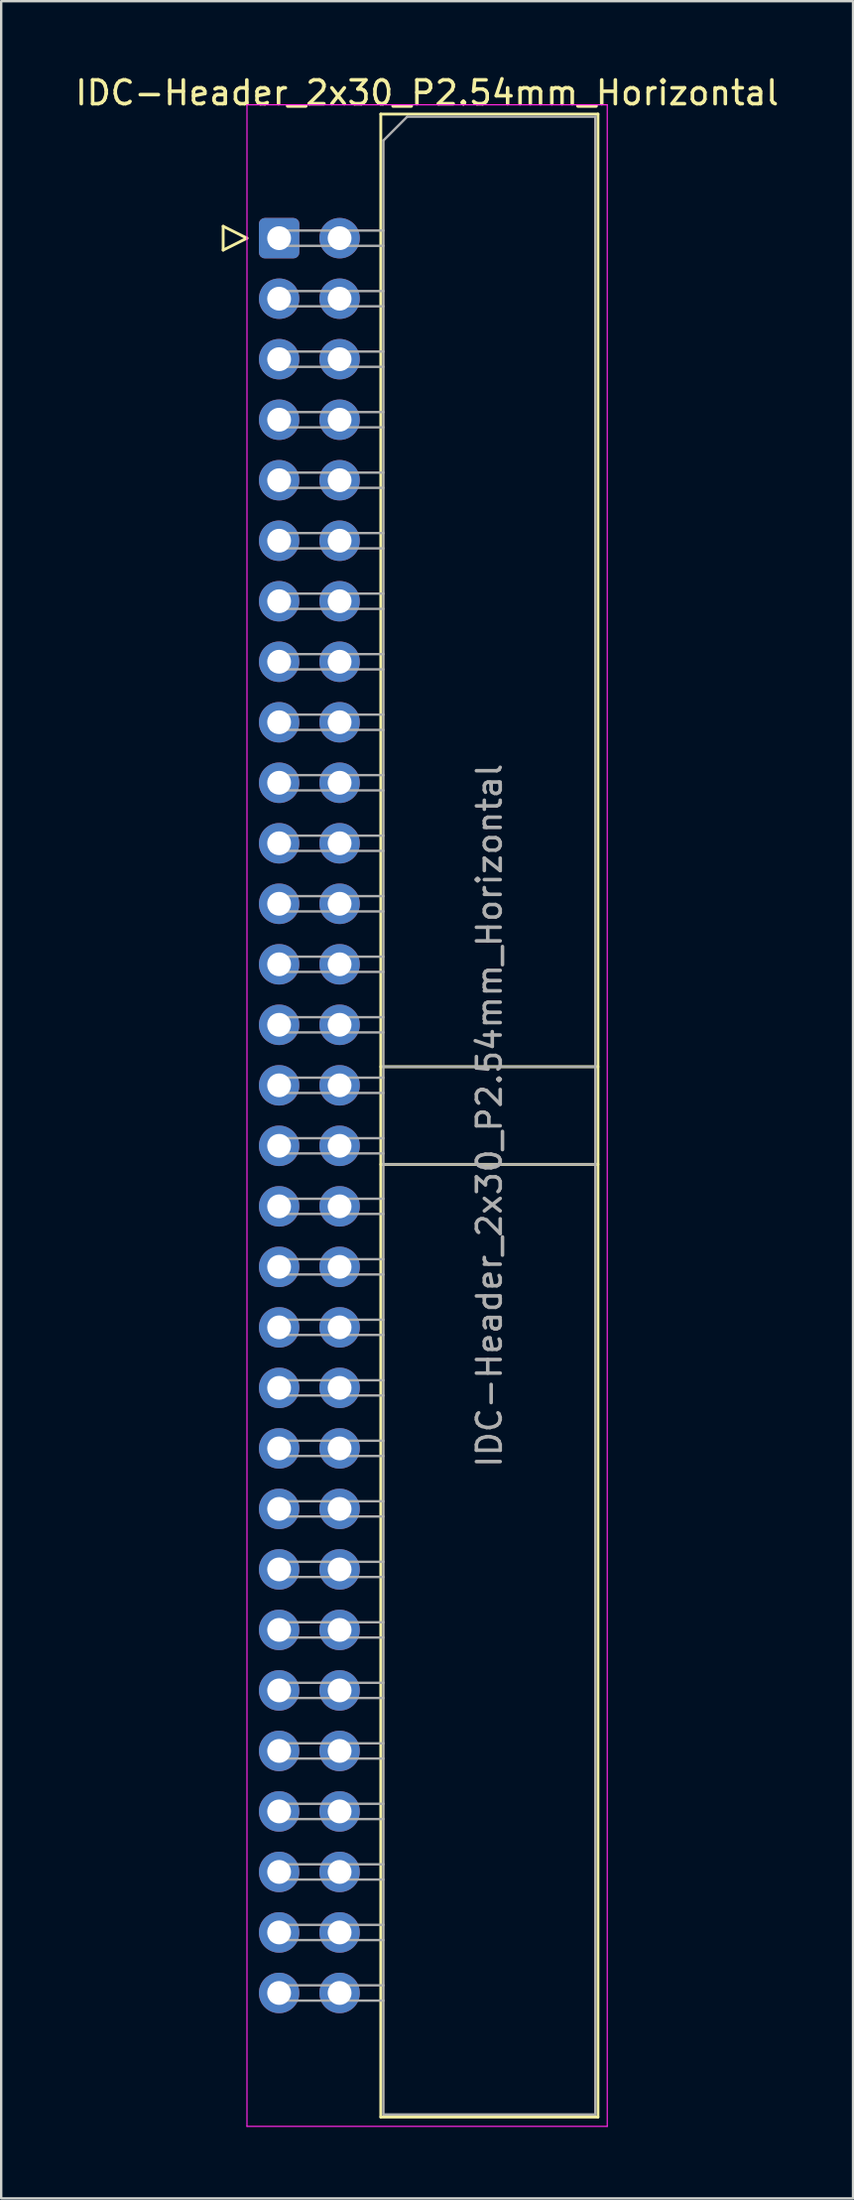
<source format=kicad_pcb>
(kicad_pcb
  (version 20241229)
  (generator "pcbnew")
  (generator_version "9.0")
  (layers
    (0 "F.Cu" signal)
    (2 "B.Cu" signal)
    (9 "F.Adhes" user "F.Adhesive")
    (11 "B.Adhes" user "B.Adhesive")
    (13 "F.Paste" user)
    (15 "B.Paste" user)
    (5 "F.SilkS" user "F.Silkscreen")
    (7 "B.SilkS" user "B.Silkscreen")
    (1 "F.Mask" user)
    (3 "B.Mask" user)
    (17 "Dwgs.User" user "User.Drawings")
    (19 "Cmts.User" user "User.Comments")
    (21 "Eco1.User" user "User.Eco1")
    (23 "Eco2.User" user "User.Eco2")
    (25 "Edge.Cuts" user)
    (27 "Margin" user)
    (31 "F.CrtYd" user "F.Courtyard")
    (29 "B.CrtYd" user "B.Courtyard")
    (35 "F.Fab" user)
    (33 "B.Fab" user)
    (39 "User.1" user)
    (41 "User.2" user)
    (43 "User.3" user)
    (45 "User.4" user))
  (footprint "IDC-Header_2x30_P2.54mm_Horizontal"
    (layer "F.Cu")
    (at 8.672 6.948)
    (property "Reference" "IDC-Header_2x30_P2.54mm_Horizontal" (at 6.215 -6.1 0) (layer "F.SilkS") (effects (font (size 1 1) (thickness 0.15))))
    (attr through_hole)
    (fp_line (start -2.35 -0.5) (end -2.35 0.5) (stroke (width 0.12) (type solid)) (layer "F.SilkS"))
    (fp_line (start -2.35 0.5) (end -1.35 0) (stroke (width 0.12) (type solid)) (layer "F.SilkS"))
    (fp_line (start -1.35 0) (end -2.35 -0.5) (stroke (width 0.12) (type solid)) (layer "F.SilkS"))
    (fp_line (start 4.27 -5.21) (end 13.39 -5.21) (stroke (width 0.12) (type solid)) (layer "F.SilkS"))
    (fp_line (start 4.27 34.78) (end 13.39 34.78) (stroke (width 0.12) (type solid)) (layer "F.SilkS"))
    (fp_line (start 4.27 38.88) (end 13.39 38.88) (stroke (width 0.12) (type solid)) (layer "F.SilkS"))
    (fp_line (start 4.27 78.87) (end 4.27 -5.21) (stroke (width 0.12) (type solid)) (layer "F.SilkS"))
    (fp_line (start 13.39 -5.21) (end 13.39 78.87) (stroke (width 0.12) (type solid)) (layer "F.SilkS"))
    (fp_line (start 13.39 78.87) (end 4.27 78.87) (stroke (width 0.12) (type solid)) (layer "F.SilkS"))
    (fp_line (start -1.35 -5.6) (end -1.35 79.26) (stroke (width 0.05) (type solid)) (layer "F.CrtYd"))
    (fp_line (start -1.35 79.26) (end 13.78 79.26) (stroke (width 0.05) (type solid)) (layer "F.CrtYd"))
    (fp_line (start 13.78 -5.6) (end -1.35 -5.6) (stroke (width 0.05) (type solid)) (layer "F.CrtYd"))
    (fp_line (start 13.78 79.26) (end 13.78 -5.6) (stroke (width 0.05) (type solid)) (layer "F.CrtYd"))
    (fp_line (start -0.32 -0.32) (end -0.32 0.32) (stroke (width 0.1) (type solid)) (layer "F.Fab"))
    (fp_line (start -0.32 0.32) (end 4.38 0.32) (stroke (width 0.1) (type solid)) (layer "F.Fab"))
    (fp_line (start -0.32 2.22) (end -0.32 2.86) (stroke (width 0.1) (type solid)) (layer "F.Fab"))
    (fp_line (start -0.32 2.86) (end 4.38 2.86) (stroke (width 0.1) (type solid)) (layer "F.Fab"))
    (fp_line (start -0.32 4.76) (end -0.32 5.4) (stroke (width 0.1) (type solid)) (layer "F.Fab"))
    (fp_line (start -0.32 5.4) (end 4.38 5.4) (stroke (width 0.1) (type solid)) (layer "F.Fab"))
    (fp_line (start -0.32 7.3) (end -0.32 7.94) (stroke (width 0.1) (type solid)) (layer "F.Fab"))
    (fp_line (start -0.32 7.94) (end 4.38 7.94) (stroke (width 0.1) (type solid)) (layer "F.Fab"))
    (fp_line (start -0.32 9.84) (end -0.32 10.48) (stroke (width 0.1) (type solid)) (layer "F.Fab"))
    (fp_line (start -0.32 10.48) (end 4.38 10.48) (stroke (width 0.1) (type solid)) (layer "F.Fab"))
    (fp_line (start -0.32 12.38) (end -0.32 13.02) (stroke (width 0.1) (type solid)) (layer "F.Fab"))
    (fp_line (start -0.32 13.02) (end 4.38 13.02) (stroke (width 0.1) (type solid)) (layer "F.Fab"))
    (fp_line (start -0.32 14.92) (end -0.32 15.56) (stroke (width 0.1) (type solid)) (layer "F.Fab"))
    (fp_line (start -0.32 15.56) (end 4.38 15.56) (stroke (width 0.1) (type solid)) (layer "F.Fab"))
    (fp_line (start -0.32 17.46) (end -0.32 18.1) (stroke (width 0.1) (type solid)) (layer "F.Fab"))
    (fp_line (start -0.32 18.1) (end 4.38 18.1) (stroke (width 0.1) (type solid)) (layer "F.Fab"))
    (fp_line (start -0.32 20) (end -0.32 20.64) (stroke (width 0.1) (type solid)) (layer "F.Fab"))
    (fp_line (start -0.32 20.64) (end 4.38 20.64) (stroke (width 0.1) (type solid)) (layer "F.Fab"))
    (fp_line (start -0.32 22.54) (end -0.32 23.18) (stroke (width 0.1) (type solid)) (layer "F.Fab"))
    (fp_line (start -0.32 23.18) (end 4.38 23.18) (stroke (width 0.1) (type solid)) (layer "F.Fab"))
    (fp_line (start -0.32 25.08) (end -0.32 25.72) (stroke (width 0.1) (type solid)) (layer "F.Fab"))
    (fp_line (start -0.32 25.72) (end 4.38 25.72) (stroke (width 0.1) (type solid)) (layer "F.Fab"))
    (fp_line (start -0.32 27.62) (end -0.32 28.26) (stroke (width 0.1) (type solid)) (layer "F.Fab"))
    (fp_line (start -0.32 28.26) (end 4.38 28.26) (stroke (width 0.1) (type solid)) (layer "F.Fab"))
    (fp_line (start -0.32 30.16) (end -0.32 30.8) (stroke (width 0.1) (type solid)) (layer "F.Fab"))
    (fp_line (start -0.32 30.8) (end 4.38 30.8) (stroke (width 0.1) (type solid)) (layer "F.Fab"))
    (fp_line (start -0.32 32.7) (end -0.32 33.34) (stroke (width 0.1) (type solid)) (layer "F.Fab"))
    (fp_line (start -0.32 33.34) (end 4.38 33.34) (stroke (width 0.1) (type solid)) (layer "F.Fab"))
    (fp_line (start -0.32 35.24) (end -0.32 35.88) (stroke (width 0.1) (type solid)) (layer "F.Fab"))
    (fp_line (start -0.32 35.88) (end 4.38 35.88) (stroke (width 0.1) (type solid)) (layer "F.Fab"))
    (fp_line (start -0.32 37.78) (end -0.32 38.42) (stroke (width 0.1) (type solid)) (layer "F.Fab"))
    (fp_line (start -0.32 38.42) (end 4.38 38.42) (stroke (width 0.1) (type solid)) (layer "F.Fab"))
    (fp_line (start -0.32 40.32) (end -0.32 40.96) (stroke (width 0.1) (type solid)) (layer "F.Fab"))
    (fp_line (start -0.32 40.96) (end 4.38 40.96) (stroke (width 0.1) (type solid)) (layer "F.Fab"))
    (fp_line (start -0.32 42.86) (end -0.32 43.5) (stroke (width 0.1) (type solid)) (layer "F.Fab"))
    (fp_line (start -0.32 43.5) (end 4.38 43.5) (stroke (width 0.1) (type solid)) (layer "F.Fab"))
    (fp_line (start -0.32 45.4) (end -0.32 46.04) (stroke (width 0.1) (type solid)) (layer "F.Fab"))
    (fp_line (start -0.32 46.04) (end 4.38 46.04) (stroke (width 0.1) (type solid)) (layer "F.Fab"))
    (fp_line (start -0.32 47.94) (end -0.32 48.58) (stroke (width 0.1) (type solid)) (layer "F.Fab"))
    (fp_line (start -0.32 48.58) (end 4.38 48.58) (stroke (width 0.1) (type solid)) (layer "F.Fab"))
    (fp_line (start -0.32 50.48) (end -0.32 51.12) (stroke (width 0.1) (type solid)) (layer "F.Fab"))
    (fp_line (start -0.32 51.12) (end 4.38 51.12) (stroke (width 0.1) (type solid)) (layer "F.Fab"))
    (fp_line (start -0.32 53.02) (end -0.32 53.66) (stroke (width 0.1) (type solid)) (layer "F.Fab"))
    (fp_line (start -0.32 53.66) (end 4.38 53.66) (stroke (width 0.1) (type solid)) (layer "F.Fab"))
    (fp_line (start -0.32 55.56) (end -0.32 56.2) (stroke (width 0.1) (type solid)) (layer "F.Fab"))
    (fp_line (start -0.32 56.2) (end 4.38 56.2) (stroke (width 0.1) (type solid)) (layer "F.Fab"))
    (fp_line (start -0.32 58.1) (end -0.32 58.74) (stroke (width 0.1) (type solid)) (layer "F.Fab"))
    (fp_line (start -0.32 58.74) (end 4.38 58.74) (stroke (width 0.1) (type solid)) (layer "F.Fab"))
    (fp_line (start -0.32 60.64) (end -0.32 61.28) (stroke (width 0.1) (type solid)) (layer "F.Fab"))
    (fp_line (start -0.32 61.28) (end 4.38 61.28) (stroke (width 0.1) (type solid)) (layer "F.Fab"))
    (fp_line (start -0.32 63.18) (end -0.32 63.82) (stroke (width 0.1) (type solid)) (layer "F.Fab"))
    (fp_line (start -0.32 63.82) (end 4.38 63.82) (stroke (width 0.1) (type solid)) (layer "F.Fab"))
    (fp_line (start -0.32 65.72) (end -0.32 66.36) (stroke (width 0.1) (type solid)) (layer "F.Fab"))
    (fp_line (start -0.32 66.36) (end 4.38 66.36) (stroke (width 0.1) (type solid)) (layer "F.Fab"))
    (fp_line (start -0.32 68.26) (end -0.32 68.9) (stroke (width 0.1) (type solid)) (layer "F.Fab"))
    (fp_line (start -0.32 68.9) (end 4.38 68.9) (stroke (width 0.1) (type solid)) (layer "F.Fab"))
    (fp_line (start -0.32 70.8) (end -0.32 71.44) (stroke (width 0.1) (type solid)) (layer "F.Fab"))
    (fp_line (start -0.32 71.44) (end 4.38 71.44) (stroke (width 0.1) (type solid)) (layer "F.Fab"))
    (fp_line (start -0.32 73.34) (end -0.32 73.98) (stroke (width 0.1) (type solid)) (layer "F.Fab"))
    (fp_line (start -0.32 73.98) (end 4.38 73.98) (stroke (width 0.1) (type solid)) (layer "F.Fab"))
    (fp_line (start 4.38 -4.1) (end 5.38 -5.1) (stroke (width 0.1) (type solid)) (layer "F.Fab"))
    (fp_line (start 4.38 -0.32) (end -0.32 -0.32) (stroke (width 0.1) (type solid)) (layer "F.Fab"))
    (fp_line (start 4.38 2.22) (end -0.32 2.22) (stroke (width 0.1) (type solid)) (layer "F.Fab"))
    (fp_line (start 4.38 4.76) (end -0.32 4.76) (stroke (width 0.1) (type solid)) (layer "F.Fab"))
    (fp_line (start 4.38 7.3) (end -0.32 7.3) (stroke (width 0.1) (type solid)) (layer "F.Fab"))
    (fp_line (start 4.38 9.84) (end -0.32 9.84) (stroke (width 0.1) (type solid)) (layer "F.Fab"))
    (fp_line (start 4.38 12.38) (end -0.32 12.38) (stroke (width 0.1) (type solid)) (layer "F.Fab"))
    (fp_line (start 4.38 14.92) (end -0.32 14.92) (stroke (width 0.1) (type solid)) (layer "F.Fab"))
    (fp_line (start 4.38 17.46) (end -0.32 17.46) (stroke (width 0.1) (type solid)) (layer "F.Fab"))
    (fp_line (start 4.38 20) (end -0.32 20) (stroke (width 0.1) (type solid)) (layer "F.Fab"))
    (fp_line (start 4.38 22.54) (end -0.32 22.54) (stroke (width 0.1) (type solid)) (layer "F.Fab"))
    (fp_line (start 4.38 25.08) (end -0.32 25.08) (stroke (width 0.1) (type solid)) (layer "F.Fab"))
    (fp_line (start 4.38 27.62) (end -0.32 27.62) (stroke (width 0.1) (type solid)) (layer "F.Fab"))
    (fp_line (start 4.38 30.16) (end -0.32 30.16) (stroke (width 0.1) (type solid)) (layer "F.Fab"))
    (fp_line (start 4.38 32.7) (end -0.32 32.7) (stroke (width 0.1) (type solid)) (layer "F.Fab"))
    (fp_line (start 4.38 34.78) (end 13.28 34.78) (stroke (width 0.1) (type solid)) (layer "F.Fab"))
    (fp_line (start 4.38 35.24) (end -0.32 35.24) (stroke (width 0.1) (type solid)) (layer "F.Fab"))
    (fp_line (start 4.38 37.78) (end -0.32 37.78) (stroke (width 0.1) (type solid)) (layer "F.Fab"))
    (fp_line (start 4.38 38.88) (end 13.28 38.88) (stroke (width 0.1) (type solid)) (layer "F.Fab"))
    (fp_line (start 4.38 40.32) (end -0.32 40.32) (stroke (width 0.1) (type solid)) (layer "F.Fab"))
    (fp_line (start 4.38 42.86) (end -0.32 42.86) (stroke (width 0.1) (type solid)) (layer "F.Fab"))
    (fp_line (start 4.38 45.4) (end -0.32 45.4) (stroke (width 0.1) (type solid)) (layer "F.Fab"))
    (fp_line (start 4.38 47.94) (end -0.32 47.94) (stroke (width 0.1) (type solid)) (layer "F.Fab"))
    (fp_line (start 4.38 50.48) (end -0.32 50.48) (stroke (width 0.1) (type solid)) (layer "F.Fab"))
    (fp_line (start 4.38 53.02) (end -0.32 53.02) (stroke (width 0.1) (type solid)) (layer "F.Fab"))
    (fp_line (start 4.38 55.56) (end -0.32 55.56) (stroke (width 0.1) (type solid)) (layer "F.Fab"))
    (fp_line (start 4.38 58.1) (end -0.32 58.1) (stroke (width 0.1) (type solid)) (layer "F.Fab"))
    (fp_line (start 4.38 60.64) (end -0.32 60.64) (stroke (width 0.1) (type solid)) (layer "F.Fab"))
    (fp_line (start 4.38 63.18) (end -0.32 63.18) (stroke (width 0.1) (type solid)) (layer "F.Fab"))
    (fp_line (start 4.38 65.72) (end -0.32 65.72) (stroke (width 0.1) (type solid)) (layer "F.Fab"))
    (fp_line (start 4.38 68.26) (end -0.32 68.26) (stroke (width 0.1) (type solid)) (layer "F.Fab"))
    (fp_line (start 4.38 70.8) (end -0.32 70.8) (stroke (width 0.1) (type solid)) (layer "F.Fab"))
    (fp_line (start 4.38 73.34) (end -0.32 73.34) (stroke (width 0.1) (type solid)) (layer "F.Fab"))
    (fp_line (start 4.38 78.76) (end 4.38 -4.1) (stroke (width 0.1) (type solid)) (layer "F.Fab"))
    (fp_line (start 5.38 -5.1) (end 13.28 -5.1) (stroke (width 0.1) (type solid)) (layer "F.Fab"))
    (fp_line (start 13.28 -5.1) (end 13.28 78.76) (stroke (width 0.1) (type solid)) (layer "F.Fab"))
    (fp_line (start 13.28 78.76) (end 4.38 78.76) (stroke (width 0.1) (type solid)) (layer "F.Fab"))
    (fp_text user "${REFERENCE}" (at 8.83 36.83 90) (layer "F.Fab") (effects (font (size 1 1) (thickness 0.15))))
    (pad "1" thru_hole roundrect (at 0 0) (size 1.7 1.7) (drill 1) (layers "*.Cu" "*.Mask") (roundrect_rratio 0.147))
    (pad "2" thru_hole circle (at 2.54 0) (size 1.7 1.7) (drill 1) (layers "*.Cu" "*.Mask"))
    (pad "3" thru_hole circle (at 0 2.54) (size 1.7 1.7) (drill 1) (layers "*.Cu" "*.Mask"))
    (pad "4" thru_hole circle (at 2.54 2.54) (size 1.7 1.7) (drill 1) (layers "*.Cu" "*.Mask"))
    (pad "5" thru_hole circle (at 0 5.08) (size 1.7 1.7) (drill 1) (layers "*.Cu" "*.Mask"))
    (pad "6" thru_hole circle (at 2.54 5.08) (size 1.7 1.7) (drill 1) (layers "*.Cu" "*.Mask"))
    (pad "7" thru_hole circle (at 0 7.62) (size 1.7 1.7) (drill 1) (layers "*.Cu" "*.Mask"))
    (pad "8" thru_hole circle (at 2.54 7.62) (size 1.7 1.7) (drill 1) (layers "*.Cu" "*.Mask"))
    (pad "9" thru_hole circle (at 0 10.16) (size 1.7 1.7) (drill 1) (layers "*.Cu" "*.Mask"))
    (pad "10" thru_hole circle (at 2.54 10.16) (size 1.7 1.7) (drill 1) (layers "*.Cu" "*.Mask"))
    (pad "11" thru_hole circle (at 0 12.7) (size 1.7 1.7) (drill 1) (layers "*.Cu" "*.Mask"))
    (pad "12" thru_hole circle (at 2.54 12.7) (size 1.7 1.7) (drill 1) (layers "*.Cu" "*.Mask"))
    (pad "13" thru_hole circle (at 0 15.24) (size 1.7 1.7) (drill 1) (layers "*.Cu" "*.Mask"))
    (pad "14" thru_hole circle (at 2.54 15.24) (size 1.7 1.7) (drill 1) (layers "*.Cu" "*.Mask"))
    (pad "15" thru_hole circle (at 0 17.78) (size 1.7 1.7) (drill 1) (layers "*.Cu" "*.Mask"))
    (pad "16" thru_hole circle (at 2.54 17.78) (size 1.7 1.7) (drill 1) (layers "*.Cu" "*.Mask"))
    (pad "17" thru_hole circle (at 0 20.32) (size 1.7 1.7) (drill 1) (layers "*.Cu" "*.Mask"))
    (pad "18" thru_hole circle (at 2.54 20.32) (size 1.7 1.7) (drill 1) (layers "*.Cu" "*.Mask"))
    (pad "19" thru_hole circle (at 0 22.86) (size 1.7 1.7) (drill 1) (layers "*.Cu" "*.Mask"))
    (pad "20" thru_hole circle (at 2.54 22.86) (size 1.7 1.7) (drill 1) (layers "*.Cu" "*.Mask"))
    (pad "21" thru_hole circle (at 0 25.4) (size 1.7 1.7) (drill 1) (layers "*.Cu" "*.Mask"))
    (pad "22" thru_hole circle (at 2.54 25.4) (size 1.7 1.7) (drill 1) (layers "*.Cu" "*.Mask"))
    (pad "23" thru_hole circle (at 0 27.94) (size 1.7 1.7) (drill 1) (layers "*.Cu" "*.Mask"))
    (pad "24" thru_hole circle (at 2.54 27.94) (size 1.7 1.7) (drill 1) (layers "*.Cu" "*.Mask"))
    (pad "25" thru_hole circle (at 0 30.48) (size 1.7 1.7) (drill 1) (layers "*.Cu" "*.Mask"))
    (pad "26" thru_hole circle (at 2.54 30.48) (size 1.7 1.7) (drill 1) (layers "*.Cu" "*.Mask"))
    (pad "27" thru_hole circle (at 0 33.02) (size 1.7 1.7) (drill 1) (layers "*.Cu" "*.Mask"))
    (pad "28" thru_hole circle (at 2.54 33.02) (size 1.7 1.7) (drill 1) (layers "*.Cu" "*.Mask"))
    (pad "29" thru_hole circle (at 0 35.56) (size 1.7 1.7) (drill 1) (layers "*.Cu" "*.Mask"))
    (pad "30" thru_hole circle (at 2.54 35.56) (size 1.7 1.7) (drill 1) (layers "*.Cu" "*.Mask"))
    (pad "31" thru_hole circle (at 0 38.1) (size 1.7 1.7) (drill 1) (layers "*.Cu" "*.Mask"))
    (pad "32" thru_hole circle (at 2.54 38.1) (size 1.7 1.7) (drill 1) (layers "*.Cu" "*.Mask"))
    (pad "33" thru_hole circle (at 0 40.64) (size 1.7 1.7) (drill 1) (layers "*.Cu" "*.Mask"))
    (pad "34" thru_hole circle (at 2.54 40.64) (size 1.7 1.7) (drill 1) (layers "*.Cu" "*.Mask"))
    (pad "35" thru_hole circle (at 0 43.18) (size 1.7 1.7) (drill 1) (layers "*.Cu" "*.Mask"))
    (pad "36" thru_hole circle (at 2.54 43.18) (size 1.7 1.7) (drill 1) (layers "*.Cu" "*.Mask"))
    (pad "37" thru_hole circle (at 0 45.72) (size 1.7 1.7) (drill 1) (layers "*.Cu" "*.Mask"))
    (pad "38" thru_hole circle (at 2.54 45.72) (size 1.7 1.7) (drill 1) (layers "*.Cu" "*.Mask"))
    (pad "39" thru_hole circle (at 0 48.26) (size 1.7 1.7) (drill 1) (layers "*.Cu" "*.Mask"))
    (pad "40" thru_hole circle (at 2.54 48.26) (size 1.7 1.7) (drill 1) (layers "*.Cu" "*.Mask"))
    (pad "41" thru_hole circle (at 0 50.8) (size 1.7 1.7) (drill 1) (layers "*.Cu" "*.Mask"))
    (pad "42" thru_hole circle (at 2.54 50.8) (size 1.7 1.7) (drill 1) (layers "*.Cu" "*.Mask"))
    (pad "43" thru_hole circle (at 0 53.34) (size 1.7 1.7) (drill 1) (layers "*.Cu" "*.Mask"))
    (pad "44" thru_hole circle (at 2.54 53.34) (size 1.7 1.7) (drill 1) (layers "*.Cu" "*.Mask"))
    (pad "45" thru_hole circle (at 0 55.88) (size 1.7 1.7) (drill 1) (layers "*.Cu" "*.Mask"))
    (pad "46" thru_hole circle (at 2.54 55.88) (size 1.7 1.7) (drill 1) (layers "*.Cu" "*.Mask"))
    (pad "47" thru_hole circle (at 0 58.42) (size 1.7 1.7) (drill 1) (layers "*.Cu" "*.Mask"))
    (pad "48" thru_hole circle (at 2.54 58.42) (size 1.7 1.7) (drill 1) (layers "*.Cu" "*.Mask"))
    (pad "49" thru_hole circle (at 0 60.96) (size 1.7 1.7) (drill 1) (layers "*.Cu" "*.Mask"))
    (pad "50" thru_hole circle (at 2.54 60.96) (size 1.7 1.7) (drill 1) (layers "*.Cu" "*.Mask"))
    (pad "51" thru_hole circle (at 0 63.5) (size 1.7 1.7) (drill 1) (layers "*.Cu" "*.Mask"))
    (pad "52" thru_hole circle (at 2.54 63.5) (size 1.7 1.7) (drill 1) (layers "*.Cu" "*.Mask"))
    (pad "53" thru_hole circle (at 0 66.04) (size 1.7 1.7) (drill 1) (layers "*.Cu" "*.Mask"))
    (pad "54" thru_hole circle (at 2.54 66.04) (size 1.7 1.7) (drill 1) (layers "*.Cu" "*.Mask"))
    (pad "55" thru_hole circle (at 0 68.58) (size 1.7 1.7) (drill 1) (layers "*.Cu" "*.Mask"))
    (pad "56" thru_hole circle (at 2.54 68.58) (size 1.7 1.7) (drill 1) (layers "*.Cu" "*.Mask"))
    (pad "57" thru_hole circle (at 0 71.12) (size 1.7 1.7) (drill 1) (layers "*.Cu" "*.Mask"))
    (pad "58" thru_hole circle (at 2.54 71.12) (size 1.7 1.7) (drill 1) (layers "*.Cu" "*.Mask"))
    (pad "59" thru_hole circle (at 0 73.66) (size 1.7 1.7) (drill 1) (layers "*.Cu" "*.Mask"))
    (pad "60" thru_hole circle (at 2.54 73.66) (size 1.7 1.7) (drill 1) (layers "*.Cu" "*.Mask")))
  (gr_rect
    (start -3 -3)
    (end 32.774 89.233)
    (stroke (width 0.1) (type default))
    (fill no)
    (layer "Edge.Cuts")))
</source>
